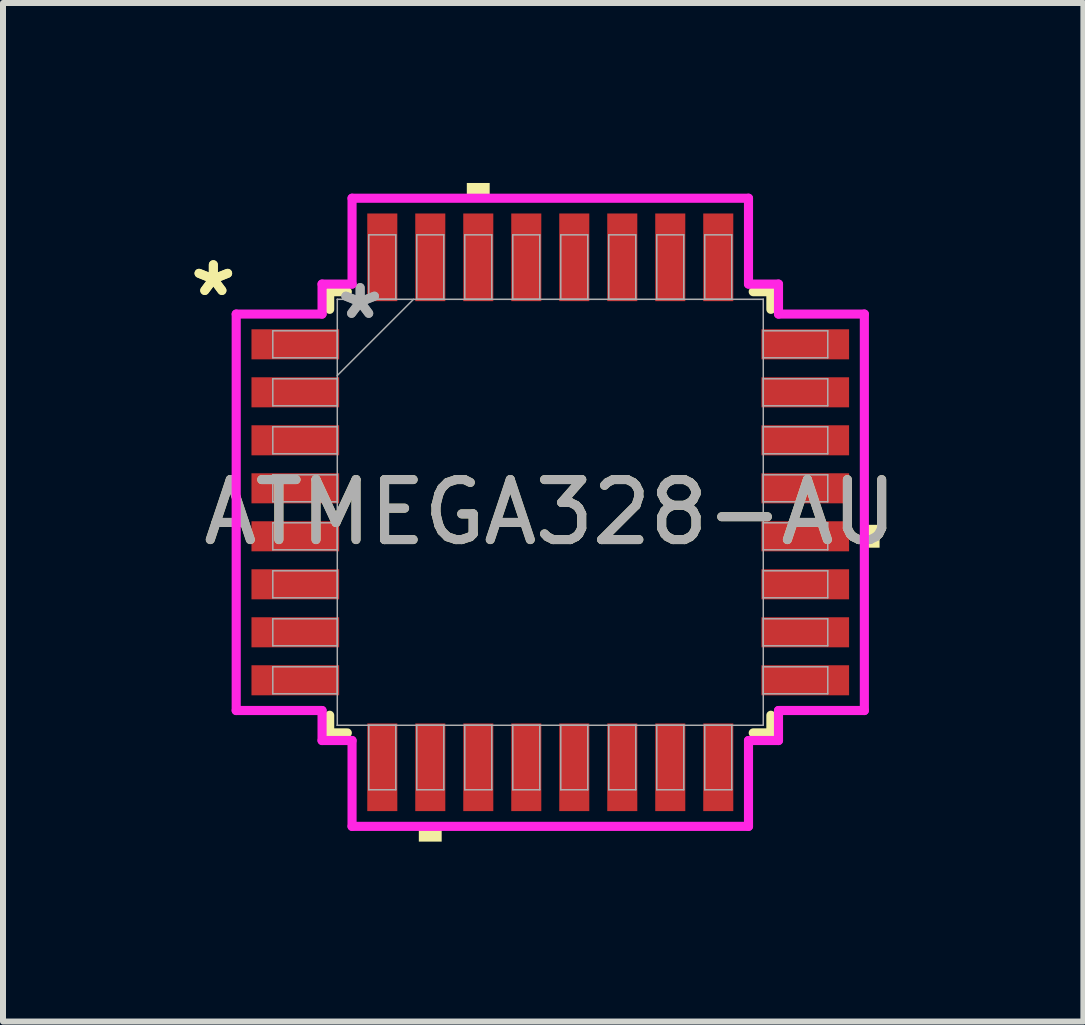
<source format=kicad_pcb>
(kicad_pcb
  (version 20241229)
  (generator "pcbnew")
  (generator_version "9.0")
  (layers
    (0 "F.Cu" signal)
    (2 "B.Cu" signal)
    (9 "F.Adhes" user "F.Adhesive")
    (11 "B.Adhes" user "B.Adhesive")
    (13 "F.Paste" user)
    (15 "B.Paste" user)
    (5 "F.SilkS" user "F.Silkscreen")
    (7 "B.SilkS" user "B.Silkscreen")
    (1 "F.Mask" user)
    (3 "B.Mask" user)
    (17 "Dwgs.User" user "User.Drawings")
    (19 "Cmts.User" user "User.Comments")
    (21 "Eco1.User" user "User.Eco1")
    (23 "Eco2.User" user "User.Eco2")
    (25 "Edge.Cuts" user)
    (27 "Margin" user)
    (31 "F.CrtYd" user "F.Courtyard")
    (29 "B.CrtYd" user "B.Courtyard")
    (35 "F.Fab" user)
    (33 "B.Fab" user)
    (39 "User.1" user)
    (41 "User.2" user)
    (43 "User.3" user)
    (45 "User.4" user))
  (footprint "ATMEGA328-AU"
    (layer "F.Cu")
    (at 6.122 5.489)
    (property "Reference" "ATMEGA328-AU" (at 0 0 0) (unlocked yes) (layer "F.SilkS") (effects (font (size 1 1) (thickness 0.15))))
    (attr smd)
    (fp_line (start -3.677 -3.677) (end -3.677 -3.383) (stroke (width 0.152) (type solid)) (layer "F.SilkS"))
    (fp_line (start -3.677 3.383) (end -3.677 3.677) (stroke (width 0.152) (type solid)) (layer "F.SilkS"))
    (fp_line (start -3.677 3.677) (end -3.383 3.677) (stroke (width 0.152) (type solid)) (layer "F.SilkS"))
    (fp_line (start -3.383 -3.677) (end -3.677 -3.677) (stroke (width 0.152) (type solid)) (layer "F.SilkS"))
    (fp_line (start 3.383 3.677) (end 3.677 3.677) (stroke (width 0.152) (type solid)) (layer "F.SilkS"))
    (fp_line (start 3.677 -3.677) (end 3.383 -3.677) (stroke (width 0.152) (type solid)) (layer "F.SilkS"))
    (fp_line (start 3.677 -3.383) (end 3.677 -3.677) (stroke (width 0.152) (type solid)) (layer "F.SilkS"))
    (fp_line (start 3.677 3.677) (end 3.677 3.383) (stroke (width 0.152) (type solid)) (layer "F.SilkS"))
    (fp_poly (pts (xy -2.191 5.235) (xy -2.191 5.489) (xy -1.81 5.489) (xy -1.81 5.235)) (stroke (width 0) (type solid)) (fill yes) (layer "F.SilkS"))
    (fp_poly (pts (xy -1.391 -5.235) (xy -1.391 -5.489) (xy -1.01 -5.489) (xy -1.01 -5.235)) (stroke (width 0) (type solid)) (fill yes) (layer "F.SilkS"))
    (fp_poly (pts (xy 5.489 0.209) (xy 5.489 0.59) (xy 5.235 0.59) (xy 5.235 0.209)) (stroke (width 0) (type solid)) (fill yes) (layer "F.SilkS"))
    (fp_line (start -5.235 -3.304) (end -3.804 -3.304) (stroke (width 0.152) (type solid)) (layer "F.CrtYd"))
    (fp_line (start -5.235 3.304) (end -5.235 -3.304) (stroke (width 0.152) (type solid)) (layer "F.CrtYd"))
    (fp_line (start -3.804 -3.804) (end -3.304 -3.804) (stroke (width 0.152) (type solid)) (layer "F.CrtYd"))
    (fp_line (start -3.804 -3.304) (end -3.804 -3.804) (stroke (width 0.152) (type solid)) (layer "F.CrtYd"))
    (fp_line (start -3.804 3.304) (end -5.235 3.304) (stroke (width 0.152) (type solid)) (layer "F.CrtYd"))
    (fp_line (start -3.804 3.804) (end -3.804 3.304) (stroke (width 0.152) (type solid)) (layer "F.CrtYd"))
    (fp_line (start -3.804 3.804) (end -3.304 3.804) (stroke (width 0.152) (type solid)) (layer "F.CrtYd"))
    (fp_line (start -3.304 -5.235) (end 3.304 -5.235) (stroke (width 0.152) (type solid)) (layer "F.CrtYd"))
    (fp_line (start -3.304 -3.804) (end -3.304 -5.235) (stroke (width 0.152) (type solid)) (layer "F.CrtYd"))
    (fp_line (start -3.304 3.804) (end -3.304 5.235) (stroke (width 0.152) (type solid)) (layer "F.CrtYd"))
    (fp_line (start -3.304 5.235) (end 3.304 5.235) (stroke (width 0.152) (type solid)) (layer "F.CrtYd"))
    (fp_line (start 3.304 -5.235) (end 3.304 -3.804) (stroke (width 0.152) (type solid)) (layer "F.CrtYd"))
    (fp_line (start 3.304 -3.804) (end 3.804 -3.804) (stroke (width 0.152) (type solid)) (layer "F.CrtYd"))
    (fp_line (start 3.304 3.804) (end 3.804 3.804) (stroke (width 0.152) (type solid)) (layer "F.CrtYd"))
    (fp_line (start 3.304 5.235) (end 3.304 3.804) (stroke (width 0.152) (type solid)) (layer "F.CrtYd"))
    (fp_line (start 3.804 -3.304) (end 3.804 -3.804) (stroke (width 0.152) (type solid)) (layer "F.CrtYd"))
    (fp_line (start 3.804 3.304) (end 5.235 3.304) (stroke (width 0.152) (type solid)) (layer "F.CrtYd"))
    (fp_line (start 3.804 3.804) (end 3.804 3.304) (stroke (width 0.152) (type solid)) (layer "F.CrtYd"))
    (fp_line (start 5.235 -3.304) (end 3.804 -3.304) (stroke (width 0.152) (type solid)) (layer "F.CrtYd"))
    (fp_line (start 5.235 3.304) (end 5.235 -3.304) (stroke (width 0.152) (type solid)) (layer "F.CrtYd"))
    (fp_line (start -4.625 -3.025) (end -4.625 -2.575) (stroke (width 0.025) (type solid)) (layer "F.Fab"))
    (fp_line (start -4.625 -2.575) (end -3.55 -2.575) (stroke (width 0.025) (type solid)) (layer "F.Fab"))
    (fp_line (start -4.625 -2.225) (end -4.625 -1.775) (stroke (width 0.025) (type solid)) (layer "F.Fab"))
    (fp_line (start -4.625 -1.775) (end -3.55 -1.775) (stroke (width 0.025) (type solid)) (layer "F.Fab"))
    (fp_line (start -4.625 -1.425) (end -4.625 -0.975) (stroke (width 0.025) (type solid)) (layer "F.Fab"))
    (fp_line (start -4.625 -0.975) (end -3.55 -0.975) (stroke (width 0.025) (type solid)) (layer "F.Fab"))
    (fp_line (start -4.625 -0.625) (end -4.625 -0.175) (stroke (width 0.025) (type solid)) (layer "F.Fab"))
    (fp_line (start -4.625 -0.175) (end -3.55 -0.175) (stroke (width 0.025) (type solid)) (layer "F.Fab"))
    (fp_line (start -4.625 0.175) (end -4.625 0.625) (stroke (width 0.025) (type solid)) (layer "F.Fab"))
    (fp_line (start -4.625 0.625) (end -3.55 0.625) (stroke (width 0.025) (type solid)) (layer "F.Fab"))
    (fp_line (start -4.625 0.975) (end -4.625 1.425) (stroke (width 0.025) (type solid)) (layer "F.Fab"))
    (fp_line (start -4.625 1.425) (end -3.55 1.425) (stroke (width 0.025) (type solid)) (layer "F.Fab"))
    (fp_line (start -4.625 1.775) (end -4.625 2.225) (stroke (width 0.025) (type solid)) (layer "F.Fab"))
    (fp_line (start -4.625 2.225) (end -3.55 2.225) (stroke (width 0.025) (type solid)) (layer "F.Fab"))
    (fp_line (start -4.625 2.575) (end -4.625 3.025) (stroke (width 0.025) (type solid)) (layer "F.Fab"))
    (fp_line (start -4.625 3.025) (end -3.55 3.025) (stroke (width 0.025) (type solid)) (layer "F.Fab"))
    (fp_line (start -3.55 -3.55) (end -3.55 -3.55) (stroke (width 0.025) (type solid)) (layer "F.Fab"))
    (fp_line (start -3.55 -3.55) (end -3.55 3.55) (stroke (width 0.025) (type solid)) (layer "F.Fab"))
    (fp_line (start -3.55 -3.025) (end -4.625 -3.025) (stroke (width 0.025) (type solid)) (layer "F.Fab"))
    (fp_line (start -3.55 -2.575) (end -3.55 -3.025) (stroke (width 0.025) (type solid)) (layer "F.Fab"))
    (fp_line (start -3.55 -2.28) (end -2.28 -3.55) (stroke (width 0.025) (type solid)) (layer "F.Fab"))
    (fp_line (start -3.55 -2.225) (end -4.625 -2.225) (stroke (width 0.025) (type solid)) (layer "F.Fab"))
    (fp_line (start -3.55 -1.775) (end -3.55 -2.225) (stroke (width 0.025) (type solid)) (layer "F.Fab"))
    (fp_line (start -3.55 -1.425) (end -4.625 -1.425) (stroke (width 0.025) (type solid)) (layer "F.Fab"))
    (fp_line (start -3.55 -0.975) (end -3.55 -1.425) (stroke (width 0.025) (type solid)) (layer "F.Fab"))
    (fp_line (start -3.55 -0.625) (end -4.625 -0.625) (stroke (width 0.025) (type solid)) (layer "F.Fab"))
    (fp_line (start -3.55 -0.175) (end -3.55 -0.625) (stroke (width 0.025) (type solid)) (layer "F.Fab"))
    (fp_line (start -3.55 0.175) (end -4.625 0.175) (stroke (width 0.025) (type solid)) (layer "F.Fab"))
    (fp_line (start -3.55 0.625) (end -3.55 0.175) (stroke (width 0.025) (type solid)) (layer "F.Fab"))
    (fp_line (start -3.55 0.975) (end -4.625 0.975) (stroke (width 0.025) (type solid)) (layer "F.Fab"))
    (fp_line (start -3.55 1.425) (end -3.55 0.975) (stroke (width 0.025) (type solid)) (layer "F.Fab"))
    (fp_line (start -3.55 1.775) (end -4.625 1.775) (stroke (width 0.025) (type solid)) (layer "F.Fab"))
    (fp_line (start -3.55 2.225) (end -3.55 1.775) (stroke (width 0.025) (type solid)) (layer "F.Fab"))
    (fp_line (start -3.55 2.575) (end -4.625 2.575) (stroke (width 0.025) (type solid)) (layer "F.Fab"))
    (fp_line (start -3.55 3.025) (end -3.55 2.575) (stroke (width 0.025) (type solid)) (layer "F.Fab"))
    (fp_line (start -3.55 3.55) (end -3.55 3.55) (stroke (width 0.025) (type solid)) (layer "F.Fab"))
    (fp_line (start -3.55 3.55) (end 3.55 3.55) (stroke (width 0.025) (type solid)) (layer "F.Fab"))
    (fp_line (start -3.025 -4.625) (end -3.025 -3.55) (stroke (width 0.025) (type solid)) (layer "F.Fab"))
    (fp_line (start -3.025 -3.55) (end -2.575 -3.55) (stroke (width 0.025) (type solid)) (layer "F.Fab"))
    (fp_line (start -3.025 3.55) (end -3.025 4.625) (stroke (width 0.025) (type solid)) (layer "F.Fab"))
    (fp_line (start -3.025 4.625) (end -2.575 4.625) (stroke (width 0.025) (type solid)) (layer "F.Fab"))
    (fp_line (start -2.575 3.55) (end -3.025 3.55) (stroke (width 0.025) (type solid)) (layer "F.Fab"))
    (fp_line (start -2.575 4.625) (end -2.575 3.55) (stroke (width 0.025) (type solid)) (layer "F.Fab"))
    (fp_line (start -2.575 -4.625) (end -3.025 -4.625) (stroke (width 0.025) (type solid)) (layer "F.Fab"))
    (fp_line (start -2.575 -3.55) (end -2.575 -4.625) (stroke (width 0.025) (type solid)) (layer "F.Fab"))
    (fp_line (start -2.225 -4.625) (end -2.225 -3.55) (stroke (width 0.025) (type solid)) (layer "F.Fab"))
    (fp_line (start -2.225 -3.55) (end -1.775 -3.55) (stroke (width 0.025) (type solid)) (layer "F.Fab"))
    (fp_line (start -2.225 3.55) (end -2.225 4.625) (stroke (width 0.025) (type solid)) (layer "F.Fab"))
    (fp_line (start -2.225 4.625) (end -1.775 4.625) (stroke (width 0.025) (type solid)) (layer "F.Fab"))
    (fp_line (start -1.775 -4.625) (end -2.225 -4.625) (stroke (width 0.025) (type solid)) (layer "F.Fab"))
    (fp_line (start -1.775 -3.55) (end -1.775 -4.625) (stroke (width 0.025) (type solid)) (layer "F.Fab"))
    (fp_line (start -1.775 3.55) (end -2.225 3.55) (stroke (width 0.025) (type solid)) (layer "F.Fab"))
    (fp_line (start -1.775 4.625) (end -1.775 3.55) (stroke (width 0.025) (type solid)) (layer "F.Fab"))
    (fp_line (start -1.425 -4.625) (end -1.425 -3.55) (stroke (width 0.025) (type solid)) (layer "F.Fab"))
    (fp_line (start -1.425 -3.55) (end -0.975 -3.55) (stroke (width 0.025) (type solid)) (layer "F.Fab"))
    (fp_line (start -1.425 3.55) (end -1.425 4.625) (stroke (width 0.025) (type solid)) (layer "F.Fab"))
    (fp_line (start -1.425 4.625) (end -0.975 4.625) (stroke (width 0.025) (type solid)) (layer "F.Fab"))
    (fp_line (start -0.975 -4.625) (end -1.425 -4.625) (stroke (width 0.025) (type solid)) (layer "F.Fab"))
    (fp_line (start -0.975 -3.55) (end -0.975 -4.625) (stroke (width 0.025) (type solid)) (layer "F.Fab"))
    (fp_line (start -0.975 3.55) (end -1.425 3.55) (stroke (width 0.025) (type solid)) (layer "F.Fab"))
    (fp_line (start -0.975 4.625) (end -0.975 3.55) (stroke (width 0.025) (type solid)) (layer "F.Fab"))
    (fp_line (start -0.625 -4.625) (end -0.625 -3.55) (stroke (width 0.025) (type solid)) (layer "F.Fab"))
    (fp_line (start -0.625 -3.55) (end -0.175 -3.55) (stroke (width 0.025) (type solid)) (layer "F.Fab"))
    (fp_line (start -0.625 3.55) (end -0.625 4.625) (stroke (width 0.025) (type solid)) (layer "F.Fab"))
    (fp_line (start -0.625 4.625) (end -0.175 4.625) (stroke (width 0.025) (type solid)) (layer "F.Fab"))
    (fp_line (start -0.175 -4.625) (end -0.625 -4.625) (stroke (width 0.025) (type solid)) (layer "F.Fab"))
    (fp_line (start -0.175 -3.55) (end -0.175 -4.625) (stroke (width 0.025) (type solid)) (layer "F.Fab"))
    (fp_line (start -0.175 3.55) (end -0.625 3.55) (stroke (width 0.025) (type solid)) (layer "F.Fab"))
    (fp_line (start -0.175 4.625) (end -0.175 3.55) (stroke (width 0.025) (type solid)) (layer "F.Fab"))
    (fp_line (start 0.175 -4.625) (end 0.175 -3.55) (stroke (width 0.025) (type solid)) (layer "F.Fab"))
    (fp_line (start 0.175 -3.55) (end 0.625 -3.55) (stroke (width 0.025) (type solid)) (layer "F.Fab"))
    (fp_line (start 0.175 3.55) (end 0.175 4.625) (stroke (width 0.025) (type solid)) (layer "F.Fab"))
    (fp_line (start 0.175 4.625) (end 0.625 4.625) (stroke (width 0.025) (type solid)) (layer "F.Fab"))
    (fp_line (start 0.625 -4.625) (end 0.175 -4.625) (stroke (width 0.025) (type solid)) (layer "F.Fab"))
    (fp_line (start 0.625 -3.55) (end 0.625 -4.625) (stroke (width 0.025) (type solid)) (layer "F.Fab"))
    (fp_line (start 0.625 3.55) (end 0.175 3.55) (stroke (width 0.025) (type solid)) (layer "F.Fab"))
    (fp_line (start 0.625 4.625) (end 0.625 3.55) (stroke (width 0.025) (type solid)) (layer "F.Fab"))
    (fp_line (start 0.975 -4.625) (end 0.975 -3.55) (stroke (width 0.025) (type solid)) (layer "F.Fab"))
    (fp_line (start 0.975 -3.55) (end 1.425 -3.55) (stroke (width 0.025) (type solid)) (layer "F.Fab"))
    (fp_line (start 0.975 3.55) (end 0.975 4.625) (stroke (width 0.025) (type solid)) (layer "F.Fab"))
    (fp_line (start 0.975 4.625) (end 1.425 4.625) (stroke (width 0.025) (type solid)) (layer "F.Fab"))
    (fp_line (start 1.425 -4.625) (end 0.975 -4.625) (stroke (width 0.025) (type solid)) (layer "F.Fab"))
    (fp_line (start 1.425 -3.55) (end 1.425 -4.625) (stroke (width 0.025) (type solid)) (layer "F.Fab"))
    (fp_line (start 1.425 3.55) (end 0.975 3.55) (stroke (width 0.025) (type solid)) (layer "F.Fab"))
    (fp_line (start 1.425 4.625) (end 1.425 3.55) (stroke (width 0.025) (type solid)) (layer "F.Fab"))
    (fp_line (start 1.775 -4.625) (end 1.775 -3.55) (stroke (width 0.025) (type solid)) (layer "F.Fab"))
    (fp_line (start 1.775 -3.55) (end 2.225 -3.55) (stroke (width 0.025) (type solid)) (layer "F.Fab"))
    (fp_line (start 1.775 3.55) (end 1.775 4.625) (stroke (width 0.025) (type solid)) (layer "F.Fab"))
    (fp_line (start 1.775 4.625) (end 2.225 4.625) (stroke (width 0.025) (type solid)) (layer "F.Fab"))
    (fp_line (start 2.225 -4.625) (end 1.775 -4.625) (stroke (width 0.025) (type solid)) (layer "F.Fab"))
    (fp_line (start 2.225 -3.55) (end 2.225 -4.625) (stroke (width 0.025) (type solid)) (layer "F.Fab"))
    (fp_line (start 2.225 3.55) (end 1.775 3.55) (stroke (width 0.025) (type solid)) (layer "F.Fab"))
    (fp_line (start 2.225 4.625) (end 2.225 3.55) (stroke (width 0.025) (type solid)) (layer "F.Fab"))
    (fp_line (start 2.575 3.55) (end 2.575 4.625) (stroke (width 0.025) (type solid)) (layer "F.Fab"))
    (fp_line (start 2.575 4.625) (end 3.025 4.625) (stroke (width 0.025) (type solid)) (layer "F.Fab"))
    (fp_line (start 2.575 -4.625) (end 2.575 -3.55) (stroke (width 0.025) (type solid)) (layer "F.Fab"))
    (fp_line (start 2.575 -3.55) (end 3.025 -3.55) (stroke (width 0.025) (type solid)) (layer "F.Fab"))
    (fp_line (start 3.025 -4.625) (end 2.575 -4.625) (stroke (width 0.025) (type solid)) (layer "F.Fab"))
    (fp_line (start 3.025 -3.55) (end 3.025 -4.625) (stroke (width 0.025) (type solid)) (layer "F.Fab"))
    (fp_line (start 3.025 3.55) (end 2.575 3.55) (stroke (width 0.025) (type solid)) (layer "F.Fab"))
    (fp_line (start 3.025 4.625) (end 3.025 3.55) (stroke (width 0.025) (type solid)) (layer "F.Fab"))
    (fp_line (start 3.55 -3.55) (end -3.55 -3.55) (stroke (width 0.025) (type solid)) (layer "F.Fab"))
    (fp_line (start 3.55 -3.55) (end 3.55 -3.55) (stroke (width 0.025) (type solid)) (layer "F.Fab"))
    (fp_line (start 3.55 -3.025) (end 3.55 -2.575) (stroke (width 0.025) (type solid)) (layer "F.Fab"))
    (fp_line (start 3.55 -2.575) (end 4.625 -2.575) (stroke (width 0.025) (type solid)) (layer "F.Fab"))
    (fp_line (start 3.55 -2.225) (end 3.55 -1.775) (stroke (width 0.025) (type solid)) (layer "F.Fab"))
    (fp_line (start 3.55 -1.775) (end 4.625 -1.775) (stroke (width 0.025) (type solid)) (layer "F.Fab"))
    (fp_line (start 3.55 -1.425) (end 3.55 -0.975) (stroke (width 0.025) (type solid)) (layer "F.Fab"))
    (fp_line (start 3.55 -0.975) (end 4.625 -0.975) (stroke (width 0.025) (type solid)) (layer "F.Fab"))
    (fp_line (start 3.55 -0.625) (end 3.55 -0.175) (stroke (width 0.025) (type solid)) (layer "F.Fab"))
    (fp_line (start 3.55 -0.175) (end 4.625 -0.175) (stroke (width 0.025) (type solid)) (layer "F.Fab"))
    (fp_line (start 3.55 0.175) (end 3.55 0.625) (stroke (width 0.025) (type solid)) (layer "F.Fab"))
    (fp_line (start 3.55 0.625) (end 4.625 0.625) (stroke (width 0.025) (type solid)) (layer "F.Fab"))
    (fp_line (start 3.55 0.975) (end 3.55 1.425) (stroke (width 0.025) (type solid)) (layer "F.Fab"))
    (fp_line (start 3.55 1.425) (end 4.625 1.425) (stroke (width 0.025) (type solid)) (layer "F.Fab"))
    (fp_line (start 3.55 1.775) (end 3.55 2.225) (stroke (width 0.025) (type solid)) (layer "F.Fab"))
    (fp_line (start 3.55 2.225) (end 4.625 2.225) (stroke (width 0.025) (type solid)) (layer "F.Fab"))
    (fp_line (start 3.55 2.575) (end 3.55 3.025) (stroke (width 0.025) (type solid)) (layer "F.Fab"))
    (fp_line (start 3.55 3.025) (end 4.625 3.025) (stroke (width 0.025) (type solid)) (layer "F.Fab"))
    (fp_line (start 3.55 3.55) (end 3.55 -3.55) (stroke (width 0.025) (type solid)) (layer "F.Fab"))
    (fp_line (start 3.55 3.55) (end 3.55 3.55) (stroke (width 0.025) (type solid)) (layer "F.Fab"))
    (fp_line (start 4.625 -3.025) (end 3.55 -3.025) (stroke (width 0.025) (type solid)) (layer "F.Fab"))
    (fp_line (start 4.625 -2.575) (end 4.625 -3.025) (stroke (width 0.025) (type solid)) (layer "F.Fab"))
    (fp_line (start 4.625 -2.225) (end 3.55 -2.225) (stroke (width 0.025) (type solid)) (layer "F.Fab"))
    (fp_line (start 4.625 -1.775) (end 4.625 -2.225) (stroke (width 0.025) (type solid)) (layer "F.Fab"))
    (fp_line (start 4.625 -1.425) (end 3.55 -1.425) (stroke (width 0.025) (type solid)) (layer "F.Fab"))
    (fp_line (start 4.625 -0.975) (end 4.625 -1.425) (stroke (width 0.025) (type solid)) (layer "F.Fab"))
    (fp_line (start 4.625 -0.625) (end 3.55 -0.625) (stroke (width 0.025) (type solid)) (layer "F.Fab"))
    (fp_line (start 4.625 -0.175) (end 4.625 -0.625) (stroke (width 0.025) (type solid)) (layer "F.Fab"))
    (fp_line (start 4.625 0.175) (end 3.55 0.175) (stroke (width 0.025) (type solid)) (layer "F.Fab"))
    (fp_line (start 4.625 0.625) (end 4.625 0.175) (stroke (width 0.025) (type solid)) (layer "F.Fab"))
    (fp_line (start 4.625 0.975) (end 3.55 0.975) (stroke (width 0.025) (type solid)) (layer "F.Fab"))
    (fp_line (start 4.625 1.425) (end 4.625 0.975) (stroke (width 0.025) (type solid)) (layer "F.Fab"))
    (fp_line (start 4.625 1.775) (end 3.55 1.775) (stroke (width 0.025) (type solid)) (layer "F.Fab"))
    (fp_line (start 4.625 2.225) (end 4.625 1.775) (stroke (width 0.025) (type solid)) (layer "F.Fab"))
    (fp_line (start 4.625 2.575) (end 3.55 2.575) (stroke (width 0.025) (type solid)) (layer "F.Fab"))
    (fp_line (start 4.625 3.025) (end 4.625 2.575) (stroke (width 0.025) (type solid)) (layer "F.Fab"))
    (fp_text user "*" (at -5.616 -3.581 0) (layer "F.SilkS") (effects (font (size 1 1) (thickness 0.15))))
    (fp_text user "*" (at -5.616 -3.581 0) (unlocked yes) (layer "F.SilkS") (effects (font (size 1 1) (thickness 0.15))))
    (fp_text user "*" (at -3.169 -3.2 0) (unlocked yes) (layer "F.Fab") (effects (font (size 1 1) (thickness 0.15))))
    (fp_text user "*" (at -3.169 -3.2 0) (layer "F.Fab") (effects (font (size 1 1) (thickness 0.15))))
    (fp_text user "${REFERENCE}" (at 0 0 0) (unlocked yes) (layer "F.Fab") (effects (font (size 1 1) (thickness 0.15))))
    (pad "1" smd rect (at -4.25 -2.8 90) (size 0.501 1.461) (layers "F.Cu" "F.Mask" "F.Paste"))
    (pad "2" smd rect (at -4.25 -2 90) (size 0.501 1.461) (layers "F.Cu" "F.Mask" "F.Paste"))
    (pad "3" smd rect (at -4.25 -1.2 90) (size 0.501 1.461) (layers "F.Cu" "F.Mask" "F.Paste"))
    (pad "4" smd rect (at -4.25 -0.4 90) (size 0.501 1.461) (layers "F.Cu" "F.Mask" "F.Paste"))
    (pad "5" smd rect (at -4.25 0.4 90) (size 0.501 1.461) (layers "F.Cu" "F.Mask" "F.Paste"))
    (pad "6" smd rect (at -4.25 1.2 90) (size 0.501 1.461) (layers "F.Cu" "F.Mask" "F.Paste"))
    (pad "7" smd rect (at -4.25 2 90) (size 0.501 1.461) (layers "F.Cu" "F.Mask" "F.Paste"))
    (pad "8" smd rect (at -4.25 2.8 90) (size 0.501 1.461) (layers "F.Cu" "F.Mask" "F.Paste"))
    (pad "9" smd rect (at -2.8 4.25) (size 0.501 1.461) (layers "F.Cu" "F.Mask" "F.Paste"))
    (pad "10" smd rect (at -2 4.25) (size 0.501 1.461) (layers "F.Cu" "F.Mask" "F.Paste"))
    (pad "11" smd rect (at -1.2 4.25) (size 0.501 1.461) (layers "F.Cu" "F.Mask" "F.Paste"))
    (pad "12" smd rect (at -0.4 4.25) (size 0.501 1.461) (layers "F.Cu" "F.Mask" "F.Paste"))
    (pad "13" smd rect (at 0.4 4.25) (size 0.501 1.461) (layers "F.Cu" "F.Mask" "F.Paste"))
    (pad "14" smd rect (at 1.2 4.25) (size 0.501 1.461) (layers "F.Cu" "F.Mask" "F.Paste"))
    (pad "15" smd rect (at 2 4.25) (size 0.501 1.461) (layers "F.Cu" "F.Mask" "F.Paste"))
    (pad "16" smd rect (at 2.8 4.25) (size 0.501 1.461) (layers "F.Cu" "F.Mask" "F.Paste"))
    (pad "17" smd rect (at 4.25 2.8 90) (size 0.501 1.461) (layers "F.Cu" "F.Mask" "F.Paste"))
    (pad "18" smd rect (at 4.25 2 90) (size 0.501 1.461) (layers "F.Cu" "F.Mask" "F.Paste"))
    (pad "19" smd rect (at 4.25 1.2 90) (size 0.501 1.461) (layers "F.Cu" "F.Mask" "F.Paste"))
    (pad "20" smd rect (at 4.25 0.4 90) (size 0.501 1.461) (layers "F.Cu" "F.Mask" "F.Paste"))
    (pad "21" smd rect (at 4.25 -0.4 90) (size 0.501 1.461) (layers "F.Cu" "F.Mask" "F.Paste"))
    (pad "22" smd rect (at 4.25 -1.2 90) (size 0.501 1.461) (layers "F.Cu" "F.Mask" "F.Paste"))
    (pad "23" smd rect (at 4.25 -2 90) (size 0.501 1.461) (layers "F.Cu" "F.Mask" "F.Paste"))
    (pad "24" smd rect (at 4.25 -2.8 90) (size 0.501 1.461) (layers "F.Cu" "F.Mask" "F.Paste"))
    (pad "25" smd rect (at 2.8 -4.25) (size 0.501 1.461) (layers "F.Cu" "F.Mask" "F.Paste"))
    (pad "26" smd rect (at 2 -4.25) (size 0.501 1.461) (layers "F.Cu" "F.Mask" "F.Paste"))
    (pad "27" smd rect (at 1.2 -4.25) (size 0.501 1.461) (layers "F.Cu" "F.Mask" "F.Paste"))
    (pad "28" smd rect (at 0.4 -4.25) (size 0.501 1.461) (layers "F.Cu" "F.Mask" "F.Paste"))
    (pad "29" smd rect (at -0.4 -4.25) (size 0.501 1.461) (layers "F.Cu" "F.Mask" "F.Paste"))
    (pad "30" smd rect (at -1.2 -4.25) (size 0.501 1.461) (layers "F.Cu" "F.Mask" "F.Paste"))
    (pad "31" smd rect (at -2 -4.25) (size 0.501 1.461) (layers "F.Cu" "F.Mask" "F.Paste"))
    (pad "32" smd rect (at -2.8 -4.25) (size 0.501 1.461) (layers "F.Cu" "F.Mask" "F.Paste")))
  (gr_rect
    (start -3 -3)
    (end 15.008 13.977)
    (stroke (width 0.1) (type default))
    (fill no)
    (layer "Edge.Cuts")))
</source>
